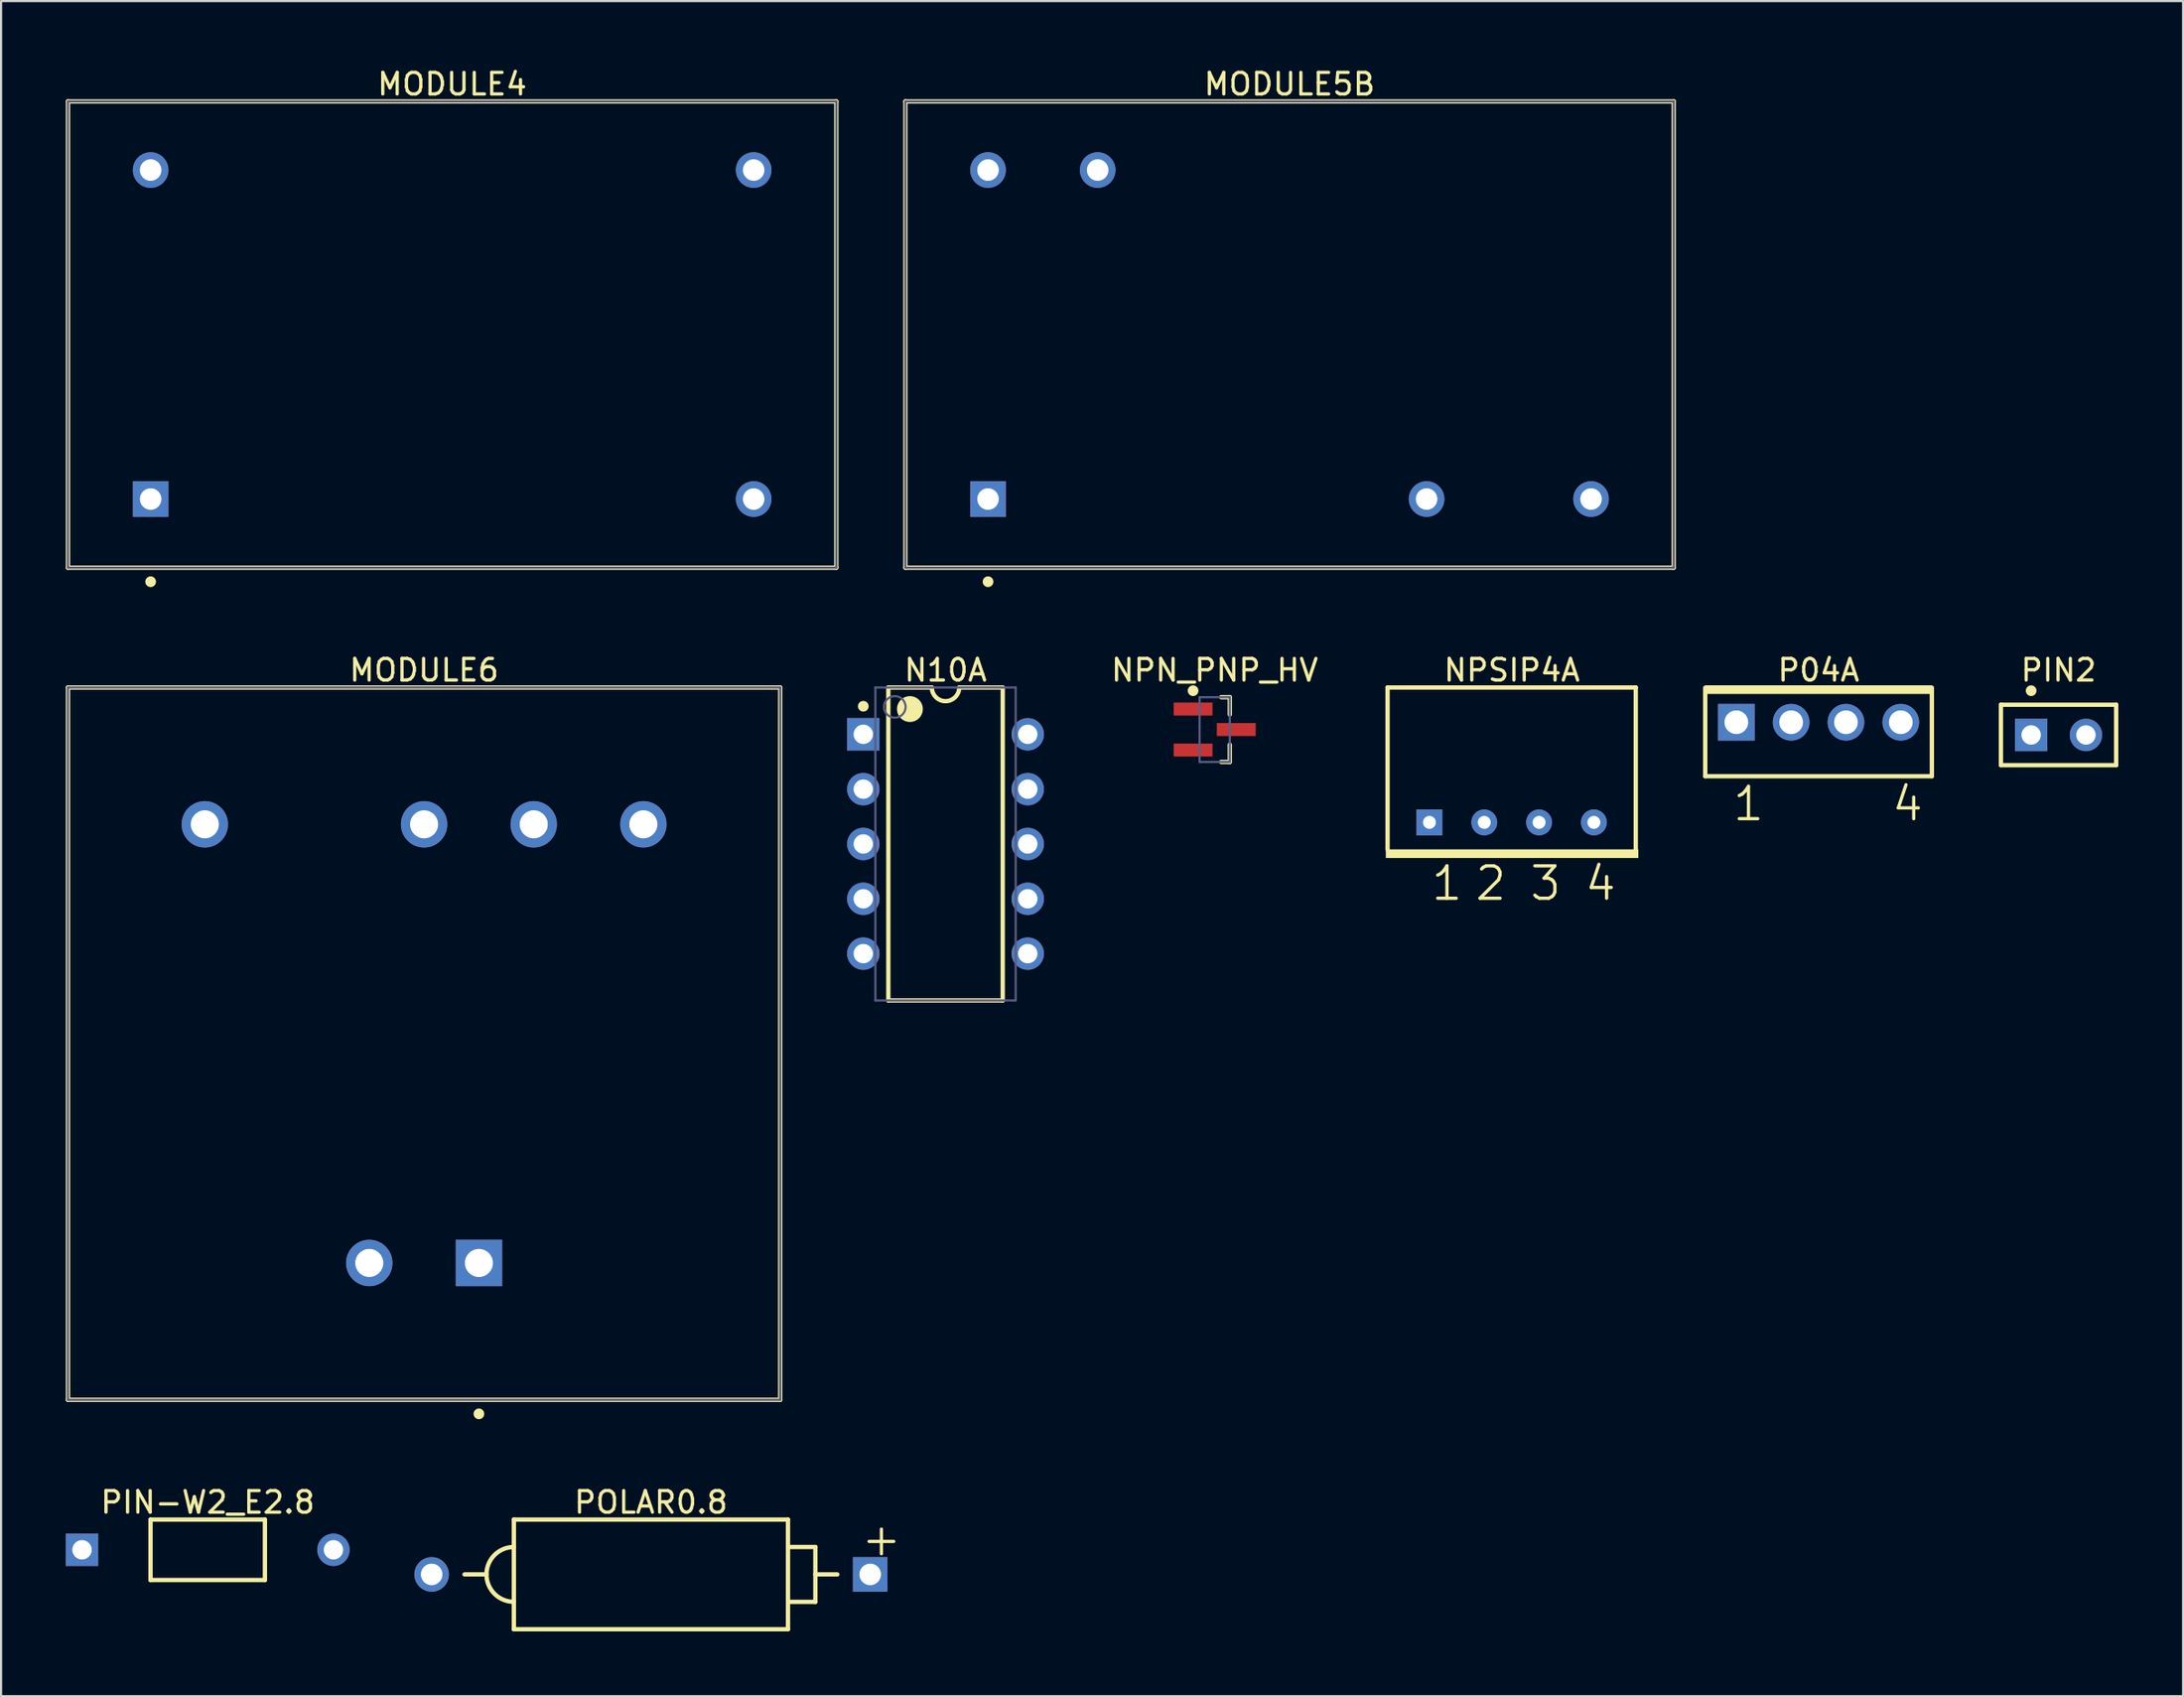
<source format=kicad_pcb>
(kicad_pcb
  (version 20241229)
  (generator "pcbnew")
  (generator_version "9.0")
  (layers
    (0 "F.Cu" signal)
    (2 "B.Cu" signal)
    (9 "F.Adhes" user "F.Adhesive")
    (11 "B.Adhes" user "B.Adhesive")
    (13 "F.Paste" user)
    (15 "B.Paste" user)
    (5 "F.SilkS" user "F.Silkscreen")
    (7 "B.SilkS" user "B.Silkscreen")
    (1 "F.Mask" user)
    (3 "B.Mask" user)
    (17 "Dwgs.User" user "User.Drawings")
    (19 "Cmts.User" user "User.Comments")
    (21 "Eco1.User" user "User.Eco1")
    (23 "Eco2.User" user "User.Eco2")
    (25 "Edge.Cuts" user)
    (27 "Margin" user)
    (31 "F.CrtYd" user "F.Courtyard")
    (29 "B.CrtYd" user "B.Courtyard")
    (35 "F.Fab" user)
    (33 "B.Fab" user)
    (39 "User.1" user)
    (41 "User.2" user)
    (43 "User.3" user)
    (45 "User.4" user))
  (footprint "MODULE5B"
    (layer "F.Cu")
    (at 56.7 12.448)
    (property "Reference" "MODULE5B" (at 0 -11.6 0) (layer "F.SilkS") (effects (font (size 1 1) (thickness 0.15))))
    (fp_line (start -17.8 -10.8) (end 17.8 -10.8) (stroke (width 0.2) (type solid)) (layer "F.SilkS"))
    (fp_line (start -17.8 10.8) (end -17.8 -10.8) (stroke (width 0.2) (type solid)) (layer "F.SilkS"))
    (fp_line (start -17.8 10.8) (end 17.8 10.8) (stroke (width 0.2) (type solid)) (layer "F.SilkS"))
    (fp_line (start 17.8 10.8) (end 17.8 -10.8) (stroke (width 0.2) (type solid)) (layer "F.SilkS"))
    (fp_circle (center -13.97 11.45) (end -13.97 11.325) (stroke (width 0.25) (type solid)) (fill no) (layer "F.SilkS"))
    (fp_line (start -17.8 -10.8) (end 17.8 -10.8) (stroke (width 0.1) (type solid)) (layer "B.Fab"))
    (fp_line (start -17.8 10.8) (end -17.8 -10.8) (stroke (width 0.1) (type solid)) (layer "B.Fab"))
    (fp_line (start -17.8 10.8) (end 17.8 10.8) (stroke (width 0.1) (type solid)) (layer "B.Fab"))
    (fp_line (start 17.8 10.8) (end 17.8 -10.8) (stroke (width 0.1) (type solid)) (layer "B.Fab"))
    (pad "1" thru_hole rect (at -13.97 7.62 90) (size 1.65 1.65) (drill 1) (layers "*.Cu" "*.Mask"))
    (pad "2" thru_hole circle (at -13.97 -7.62 90) (size 1.65 1.65) (drill 1) (layers "*.Cu" "*.Mask"))
    (pad "3" thru_hole circle (at -8.89 -7.62 90) (size 1.65 1.65) (drill 1) (layers "*.Cu" "*.Mask"))
    (pad "4" thru_hole circle (at 13.97 7.62 90) (size 1.65 1.65) (drill 1) (layers "*.Cu" "*.Mask"))
    (pad "5" thru_hole circle (at 6.35 7.62 90) (size 1.65 1.65) (drill 1) (layers "*.Cu" "*.Mask")))
  (footprint "N10A"
    (layer "F.Cu")
    (at 40.76 36.047)
    (property "Reference" "N10A" (at 0 -8.05 0) (layer "F.SilkS") (effects (font (size 1 1) (thickness 0.15))))
    (fp_line (start -2.65 -7.25) (end -0.635 -7.25) (stroke (width 0.2) (type solid)) (layer "F.SilkS"))
    (fp_line (start -2.65 7.25) (end -2.65 -7.25) (stroke (width 0.2) (type solid)) (layer "F.SilkS"))
    (fp_line (start -2.65 7.25) (end 2.65 7.25) (stroke (width 0.2) (type solid)) (layer "F.SilkS"))
    (fp_line (start 0.635 -7.25) (end 2.65 -7.25) (stroke (width 0.2) (type solid)) (layer "F.SilkS"))
    (fp_line (start 2.65 7.25) (end 2.65 -7.25) (stroke (width 0.2) (type solid)) (layer "F.SilkS"))
    (fp_arc (start 0.635 -7.25) (mid 0 -6.615) (end -0.635 -7.25) (stroke (width 0.2) (type solid)) (layer "F.SilkS"))
    (fp_circle (center -3.81 -6.38) (end -3.81 -6.505) (stroke (width 0.25) (type solid)) (fill no) (layer "F.SilkS"))
    (fp_circle (center -1.65 -6.25) (end -1.65 -6.55) (stroke (width 0.6) (type solid)) (fill no) (layer "F.SilkS"))
    (fp_line (start -0.5 0) (end 0.5 0) (stroke (width 0.1) (type solid)) (layer "Eco2.User"))
    (fp_line (start 0 0.5) (end 0 -0.5) (stroke (width 0.1) (type solid)) (layer "Eco2.User"))
    (fp_line (start -3.25 -7.25) (end 3.25 -7.25) (stroke (width 0.1) (type solid)) (layer "B.Fab"))
    (fp_line (start -3.25 7.25) (end -3.25 -7.25) (stroke (width 0.1) (type solid)) (layer "B.Fab"))
    (fp_line (start -3.25 7.25) (end 3.25 7.25) (stroke (width 0.1) (type solid)) (layer "B.Fab"))
    (fp_line (start 3.25 7.25) (end 3.25 -7.25) (stroke (width 0.1) (type solid)) (layer "B.Fab"))
    (fp_circle (center -2.35 -6.35) (end -2.35 -6.85) (stroke (width 0.1) (type solid)) (fill no) (layer "B.Fab"))
    (pad "1" thru_hole rect (at -3.81 -5.08) (size 1.5 1.5) (drill 0.9) (layers "*.Cu" "*.Mask"))
    (pad "2" thru_hole circle (at -3.81 -2.54) (size 1.5 1.5) (drill 0.9) (layers "*.Cu" "*.Mask"))
    (pad "3" thru_hole circle (at -3.81 0) (size 1.5 1.5) (drill 0.9) (layers "*.Cu" "*.Mask"))
    (pad "4" thru_hole circle (at -3.81 2.54) (size 1.5 1.5) (drill 0.9) (layers "*.Cu" "*.Mask"))
    (pad "5" thru_hole circle (at -3.81 5.08) (size 1.5 1.5) (drill 0.9) (layers "*.Cu" "*.Mask"))
    (pad "6" thru_hole circle (at 3.81 5.08) (size 1.5 1.5) (drill 0.9) (layers "*.Cu" "*.Mask"))
    (pad "7" thru_hole circle (at 3.81 2.54) (size 1.5 1.5) (drill 0.9) (layers "*.Cu" "*.Mask"))
    (pad "8" thru_hole circle (at 3.81 0) (size 1.5 1.5) (drill 0.9) (layers "*.Cu" "*.Mask"))
    (pad "9" thru_hole circle (at 3.81 -2.54) (size 1.5 1.5) (drill 0.9) (layers "*.Cu" "*.Mask"))
    (pad "10" thru_hole circle (at 3.81 -5.08) (size 1.5 1.5) (drill 0.9) (layers "*.Cu" "*.Mask")))
  (footprint "PIN-W2_E2.8"
    (layer "F.Cu")
    (at 6.575 68.745)
    (property "Reference" "PIN-W2_E2.8" (at 0 -2.2 0) (layer "F.SilkS") (effects (font (size 1 1) (thickness 0.15))))
    (fp_line (start -2.65 -1.4) (end 2.65 -1.4) (stroke (width 0.2) (type solid)) (layer "F.SilkS"))
    (fp_line (start -2.65 1.4) (end -2.65 -1.4) (stroke (width 0.2) (type solid)) (layer "F.SilkS"))
    (fp_line (start -2.65 1.4) (end 2.65 1.4) (stroke (width 0.2) (type solid)) (layer "F.SilkS"))
    (fp_line (start 2.65 1.4) (end 2.65 -1.4) (stroke (width 0.2) (type solid)) (layer "F.SilkS"))
    (pad "1" thru_hole rect (at -5.825 0) (size 1.5 1.5) (drill 0.9) (layers "*.Cu" "*.Mask"))
    (pad "2" thru_hole circle (at 5.825 0) (size 1.5 1.5) (drill 0.9) (layers "*.Cu" "*.Mask")))
  (footprint "NPSIP4A"
    (layer "F.Cu")
    (at 66.991 35.047)
    (property "Reference" "NPSIP4A" (at 0.01 -7.05 0) (layer "F.SilkS") (effects (font (size 1 1) (thickness 0.15))))
    (fp_line (start -5.75 -6.25) (end 5.75 -6.25) (stroke (width 0.2) (type solid)) (layer "F.SilkS"))
    (fp_line (start -5.75 1.25) (end -5.75 -6.25) (stroke (width 0.2) (type solid)) (layer "F.SilkS"))
    (fp_line (start 5.75 1.25) (end 5.75 -6.25) (stroke (width 0.2) (type solid)) (layer "F.SilkS"))
    (fp_rect (start -5.83 1.65) (end 5.87 1.25) (stroke (width 0) (type default)) (fill yes) (layer "F.SilkS"))
    (fp_text user "4" (at 3.302 3.704 0) (unlocked yes) (layer "F.SilkS") (effects (font (size 1.5 1.5) (thickness 0.15)) (justify left bottom)))
    (fp_text user "3" (at 0.762 3.704 0) (unlocked yes) (layer "F.SilkS") (effects (font (size 1.5 1.5) (thickness 0.15)) (justify left bottom)))
    (fp_text user "1" (at -3.81 3.704 0) (unlocked yes) (layer "F.SilkS") (effects (font (size 1.5 1.5) (thickness 0.15)) (justify left bottom)))
    (fp_text user "2" (at -1.778 3.704 0) (unlocked yes) (layer "F.SilkS") (effects (font (size 1.5 1.5) (thickness 0.15)) (justify left bottom)))
    (pad "1" thru_hole rect (at -3.81 0) (size 1.2 1.2) (drill 0.6) (layers "*.Cu" "*.Mask"))
    (pad "2" thru_hole circle (at -1.27 0) (size 1.2 1.2) (drill 0.6) (layers "*.Cu" "*.Mask"))
    (pad "3" thru_hole circle (at 1.27 0) (size 1.2 1.2) (drill 0.6) (layers "*.Cu" "*.Mask"))
    (pad "4" thru_hole circle (at 3.81 0) (size 1.2 1.2) (drill 0.6) (layers "*.Cu" "*.Mask")))
  (footprint "PIN2"
    (layer "F.Cu")
    (at 91.061 30.997)
    (property "Reference" "PIN2" (at 1.27 -3 0) (layer "F.SilkS") (effects (font (size 1 1) (thickness 0.15))))
    (fp_line (start -1.4 -1.4) (end 3.94 -1.4) (stroke (width 0.2) (type solid)) (layer "F.SilkS"))
    (fp_line (start -1.4 1.4) (end -1.4 -1.4) (stroke (width 0.2) (type solid)) (layer "F.SilkS"))
    (fp_line (start -1.4 1.4) (end 3.94 1.4) (stroke (width 0.2) (type solid)) (layer "F.SilkS"))
    (fp_line (start 3.94 1.4) (end 3.94 -1.4) (stroke (width 0.2) (type solid)) (layer "F.SilkS"))
    (fp_circle (center 0 -2.05) (end 0 -2.175) (stroke (width 0.25) (type solid)) (fill no) (layer "F.SilkS"))
    (pad "1" thru_hole rect (at 0 0) (size 1.5 1.5) (drill 0.9) (layers "*.Cu" "*.Mask"))
    (pad "2" thru_hole circle (at 2.54 0) (size 1.5 1.5) (drill 0.9) (layers "*.Cu" "*.Mask")))
  (footprint "MODULE4"
    (layer "F.Cu")
    (at 17.9 12.448)
    (property "Reference" "MODULE4" (at 0 -11.6 0) (layer "F.SilkS") (effects (font (size 1 1) (thickness 0.15))))
    (fp_line (start -17.8 -10.8) (end 17.8 -10.8) (stroke (width 0.2) (type solid)) (layer "F.SilkS"))
    (fp_line (start -17.8 10.8) (end -17.8 -10.8) (stroke (width 0.2) (type solid)) (layer "F.SilkS"))
    (fp_line (start -17.8 10.8) (end 17.8 10.8) (stroke (width 0.2) (type solid)) (layer "F.SilkS"))
    (fp_line (start 17.8 10.8) (end 17.8 -10.8) (stroke (width 0.2) (type solid)) (layer "F.SilkS"))
    (fp_circle (center -13.97 11.45) (end -13.97 11.325) (stroke (width 0.25) (type solid)) (fill no) (layer "F.SilkS"))
    (fp_line (start -17.8 -10.8) (end 17.8 -10.8) (stroke (width 0.1) (type solid)) (layer "B.Fab"))
    (fp_line (start -17.8 10.8) (end -17.8 -10.8) (stroke (width 0.1) (type solid)) (layer "B.Fab"))
    (fp_line (start -17.8 10.8) (end 17.8 10.8) (stroke (width 0.1) (type solid)) (layer "B.Fab"))
    (fp_line (start 17.8 10.8) (end 17.8 -10.8) (stroke (width 0.1) (type solid)) (layer "B.Fab"))
    (pad "1" thru_hole rect (at -13.97 7.62) (size 1.65 1.65) (drill 1) (layers "*.Cu" "*.Mask"))
    (pad "2" thru_hole circle (at -13.97 -7.62) (size 1.65 1.65) (drill 1) (layers "*.Cu" "*.Mask"))
    (pad "3" thru_hole circle (at 13.97 7.62) (size 1.65 1.65) (drill 1) (layers "*.Cu" "*.Mask"))
    (pad "4" thru_hole circle (at 13.97 -7.62) (size 1.65 1.65) (drill 1) (layers "*.Cu" "*.Mask")))
  (footprint "POLAR0.8"
    (layer "F.Cu")
    (at 27.11 69.885)
    (property "Reference" "POLAR0.8" (at 0 -3.34 0) (layer "F.SilkS") (effects (font (size 1 1) (thickness 0.15))))
    (fp_line (start -8.636 0) (end -7.62 0) (stroke (width 0.2) (type solid)) (layer "F.SilkS"))
    (fp_line (start -6.35 -2.54) (end 6.35 -2.54) (stroke (width 0.2) (type solid)) (layer "F.SilkS"))
    (fp_line (start -6.35 2.54) (end -6.35 -2.54) (stroke (width 0.2) (type solid)) (layer "F.SilkS"))
    (fp_line (start -6.35 2.54) (end 6.35 2.54) (stroke (width 0.2) (type solid)) (layer "F.SilkS"))
    (fp_line (start 6.35 -1.27) (end 7.62 -1.27) (stroke (width 0.2) (type solid)) (layer "F.SilkS"))
    (fp_line (start 6.35 1.27) (end 7.62 1.27) (stroke (width 0.2) (type solid)) (layer "F.SilkS"))
    (fp_line (start 6.35 2.54) (end 6.35 -2.54) (stroke (width 0.2) (type solid)) (layer "F.SilkS"))
    (fp_line (start 7.62 0) (end 8.636 0) (stroke (width 0.2) (type solid)) (layer "F.SilkS"))
    (fp_line (start 7.62 1.27) (end 7.62 -1.27) (stroke (width 0.2) (type solid)) (layer "F.SilkS"))
    (fp_arc (start -6.35 1.27) (mid -7.62 0) (end -6.35 -1.27) (stroke (width 0.2) (type solid)) (layer "F.SilkS"))
    (fp_text user "+" (at 9.652 -0.766 0) (unlocked yes) (layer "F.SilkS") (effects (font (size 1.5 1.5) (thickness 0.15)) (justify left bottom)))
    (pad "1" thru_hole rect (at 10.16 0) (size 1.6 1.6) (drill 1) (layers "*.Cu" "*.Mask"))
    (pad "2" thru_hole circle (at -10.16 0) (size 1.6 1.6) (drill 1) (layers "*.Cu" "*.Mask")))
  (footprint "MODULE6"
    (layer "F.Cu")
    (at 16.6 45.297)
    (property "Reference" "MODULE6" (at 0 -17.3 0) (layer "F.SilkS") (effects (font (size 1 1) (thickness 0.15))))
    (fp_line (start -16.5 -16.5) (end 16.5 -16.5) (stroke (width 0.2) (type solid)) (layer "F.SilkS"))
    (fp_line (start -16.5 16.5) (end -16.5 -16.5) (stroke (width 0.2) (type solid)) (layer "F.SilkS"))
    (fp_line (start -16.5 16.5) (end 16.5 16.5) (stroke (width 0.2) (type solid)) (layer "F.SilkS"))
    (fp_line (start 16.5 16.5) (end 16.5 -16.5) (stroke (width 0.2) (type solid)) (layer "F.SilkS"))
    (fp_circle (center 2.54 17.15) (end 2.54 17.025) (stroke (width 0.25) (type solid)) (fill no) (layer "F.SilkS"))
    (fp_line (start -16.5 -16.5) (end 16.5 -16.5) (stroke (width 0.1) (type solid)) (layer "B.Fab"))
    (fp_line (start -16.5 16.5) (end -16.5 -16.5) (stroke (width 0.1) (type solid)) (layer "B.Fab"))
    (fp_line (start -16.5 16.5) (end 16.5 16.5) (stroke (width 0.1) (type solid)) (layer "B.Fab"))
    (fp_line (start 16.5 16.5) (end 16.5 -16.5) (stroke (width 0.1) (type solid)) (layer "B.Fab"))
    (pad "1" thru_hole rect (at 2.54 10.16 90) (size 2.15 2.15) (drill 1.3) (layers "*.Cu" "*.Mask"))
    (pad "2" thru_hole circle (at -2.54 10.16 90) (size 2.15 2.15) (drill 1.3) (layers "*.Cu" "*.Mask"))
    (pad "3" thru_hole circle (at 10.16 -10.16 90) (size 2.15 2.15) (drill 1.3) (layers "*.Cu" "*.Mask"))
    (pad "4" thru_hole circle (at 5.08 -10.16 90) (size 2.15 2.15) (drill 1.3) (layers "*.Cu" "*.Mask"))
    (pad "5" thru_hole circle (at 0 -10.16 90) (size 2.15 2.15) (drill 1.3) (layers "*.Cu" "*.Mask"))
    (pad "6" thru_hole circle (at -10.16 -10.16 90) (size 2.15 2.15) (drill 1.3) (layers "*.Cu" "*.Mask")))
  (footprint "NPN_PNP_HV"
    (layer "F.Cu")
    (at 53.231 30.747)
    (property "Reference" "NPN_PNP_HV" (at 0 -2.75 0) (layer "F.SilkS") (effects (font (size 1 1) (thickness 0.15))))
    (fp_line (start 0.3 -1.5) (end 0.7 -1.5) (stroke (width 0.2) (type solid)) (layer "F.SilkS"))
    (fp_line (start 0.3 1.5) (end 0.7 1.5) (stroke (width 0.2) (type solid)) (layer "F.SilkS"))
    (fp_line (start 0.7 -0.7) (end 0.7 -1.5) (stroke (width 0.2) (type solid)) (layer "F.SilkS"))
    (fp_line (start 0.7 1.5) (end 0.7 0.7) (stroke (width 0.2) (type solid)) (layer "F.SilkS"))
    (fp_circle (center -1 -1.8) (end -1 -1.925) (stroke (width 0.25) (type solid)) (fill no) (layer "F.SilkS"))
    (fp_line (start -2.4 -2) (end 2.4 -2) (stroke (width 0.1) (type solid)) (layer "Eco2.User"))
    (fp_line (start -2.4 2) (end -2.4 -2) (stroke (width 0.1) (type solid)) (layer "Eco2.User"))
    (fp_line (start -2.4 2) (end 2.4 2) (stroke (width 0.1) (type solid)) (layer "Eco2.User"))
    (fp_line (start -0.5 0) (end 0.5 0) (stroke (width 0.1) (type solid)) (layer "Eco2.User"))
    (fp_line (start 0 0.5) (end 0 -0.5) (stroke (width 0.1) (type solid)) (layer "Eco2.User"))
    (fp_line (start 2.4 2) (end 2.4 -2) (stroke (width 0.1) (type solid)) (layer "Eco2.User"))
    (fp_line (start -0.7 -1.5) (end 0.7 -1.5) (stroke (width 0.1) (type solid)) (layer "B.Fab"))
    (fp_line (start -0.7 1.5) (end -0.7 -1.5) (stroke (width 0.1) (type solid)) (layer "B.Fab"))
    (fp_line (start -0.7 1.5) (end 0.7 1.5) (stroke (width 0.1) (type solid)) (layer "B.Fab"))
    (fp_line (start 0.7 1.5) (end 0.7 -1.5) (stroke (width 0.1) (type solid)) (layer "B.Fab"))
    (pad "1" smd rect (at 1 0 90) (size 0.6 1.8) (layers "F.Cu" "F.Mask" "F.Paste"))
    (pad "2" smd rect (at -1 -0.95 90) (size 0.6 1.8) (layers "F.Cu" "F.Mask" "F.Paste"))
    (pad "3" smd rect (at -1 0.95 90) (size 0.6 1.8) (layers "F.Cu" "F.Mask" "F.Paste")))
  (footprint "P04A"
    (layer "F.Cu")
    (at 81.211 30.408)
    (property "Reference" "P04A" (at 0 -2.411 0) (layer "F.SilkS") (effects (font (size 1 1) (thickness 0.15))))
    (fp_line (start -5.25 2.5) (end -5.25 -1.6) (stroke (width 0.2) (type solid)) (layer "F.SilkS"))
    (fp_line (start -5.25 2.5) (end 5.25 2.5) (stroke (width 0.2) (type solid)) (layer "F.SilkS"))
    (fp_line (start 5.25 2.5) (end 5.25 -1.6) (stroke (width 0.2) (type solid)) (layer "F.SilkS"))
    (fp_rect (start -5.25 -1.311) (end 5.25 -1.711) (stroke (width 0) (type default)) (fill yes) (layer "F.SilkS"))
    (fp_text user "1" (at -4.06 4.659 0) (unlocked yes) (layer "F.SilkS") (effects (font (size 1.5 1.5) (thickness 0.15)) (justify left bottom)))
    (fp_text user "4" (at 3.31 4.659 0) (unlocked yes) (layer "F.SilkS") (effects (font (size 1.5 1.5) (thickness 0.15)) (justify left bottom)))
    (pad "1" thru_hole rect (at -3.81 0) (size 1.7 1.7) (drill 1.1) (layers "*.Cu" "*.Mask"))
    (pad "2" thru_hole circle (at -1.27 0) (size 1.7 1.7) (drill 1.1) (layers "*.Cu" "*.Mask"))
    (pad "3" thru_hole circle (at 1.27 0) (size 1.7 1.7) (drill 1.1) (layers "*.Cu" "*.Mask"))
    (pad "4" thru_hole circle (at 3.81 0) (size 1.7 1.7) (drill 1.1) (layers "*.Cu" "*.Mask")))
  (gr_rect
    (start -3 -3)
    (end 98.101 75.525)
    (stroke (width 0.1) (type default))
    (fill no)
    (layer "Edge.Cuts")))
</source>
